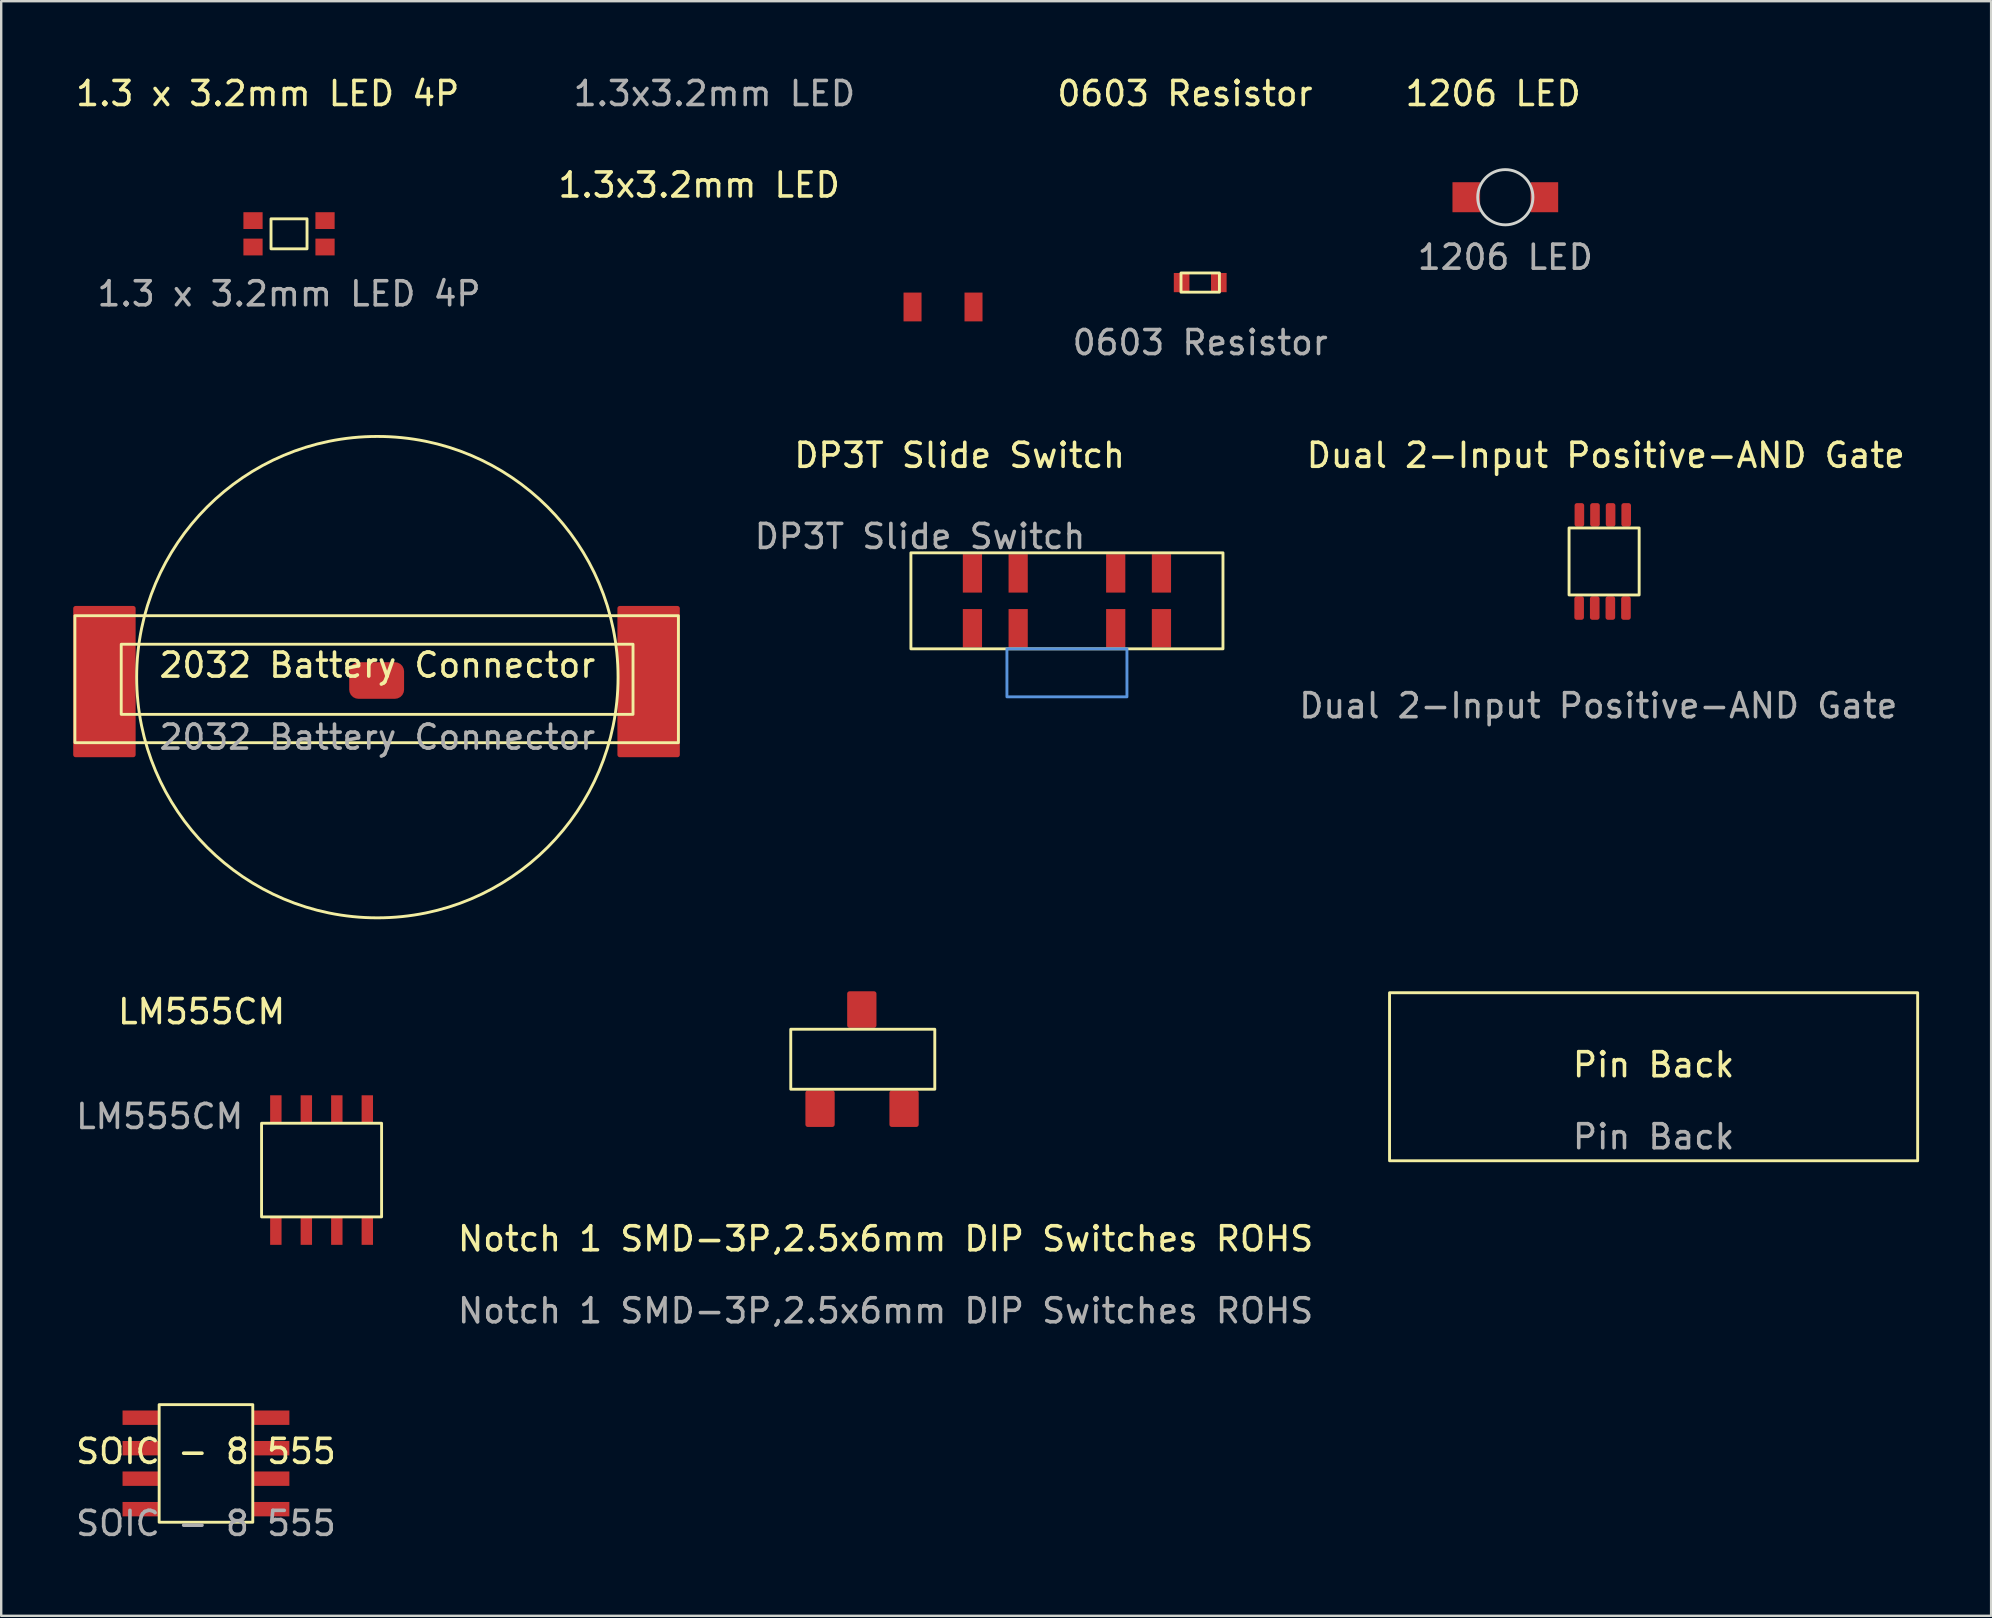
<source format=kicad_pcb>
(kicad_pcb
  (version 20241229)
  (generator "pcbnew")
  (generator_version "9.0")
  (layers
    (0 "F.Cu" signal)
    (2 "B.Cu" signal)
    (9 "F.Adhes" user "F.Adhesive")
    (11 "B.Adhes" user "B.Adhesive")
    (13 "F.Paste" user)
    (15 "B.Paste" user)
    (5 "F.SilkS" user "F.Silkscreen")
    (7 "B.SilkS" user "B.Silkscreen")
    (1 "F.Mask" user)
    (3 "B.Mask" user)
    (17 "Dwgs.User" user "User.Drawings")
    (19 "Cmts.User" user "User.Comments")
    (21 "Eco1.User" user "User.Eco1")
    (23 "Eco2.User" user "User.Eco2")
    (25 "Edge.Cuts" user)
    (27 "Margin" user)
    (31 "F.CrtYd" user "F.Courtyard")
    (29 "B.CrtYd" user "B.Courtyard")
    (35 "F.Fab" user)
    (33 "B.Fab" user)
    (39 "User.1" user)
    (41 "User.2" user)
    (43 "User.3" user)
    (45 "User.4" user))
  (footprint "0603 Resistor"
    (layer "F.Cu")
    (at 46.948 8.722)
    (property "Reference" "0603 Resistor" (at -0.635 -7.874 0) (unlocked yes) (layer "F.SilkS") (effects (font (size 1 1) (thickness 0.15))))
    (attr smd)
    (fp_rect (start -0.8 -0.4) (end 0.8 0.4) (stroke (width 0.12) (type solid)) (fill no) (layer "F.SilkS"))
    (fp_text user "${REFERENCE}" (at 0 2.5 0) (unlocked yes) (layer "F.Fab") (effects (font (size 1 1) (thickness 0.15))))
    (pad "1" smd rect (at -0.775 0) (size 0.65 0.8) (layers "F.Cu" "F.Mask" "F.Paste"))
    (pad "2" smd rect (at 0.775 0) (size 0.65 0.8) (layers "F.Cu" "F.Mask" "F.Paste")))
  (footprint "DP3T Slide Switch"
    (layer "F.Cu")
    (at 41.396 21.979)
    (property "Reference" "DP3T Slide Switch" (at -4.47 -6.06 0) (unlocked yes) (layer "F.SilkS") (effects (font (size 1 1) (thickness 0.15))))
    (attr smd)
    (fp_rect (start -6.5 -2) (end 6.5 2) (stroke (width 0.12) (type solid)) (fill no) (layer "F.SilkS"))
    (fp_rect (start -2.5 2) (end 2.5 4) (stroke (width 0.12) (type solid)) (fill no) (layer "Cmts.User"))
    (fp_text user "${REFERENCE}" (at -6.12 -2.68 0) (unlocked yes) (layer "F.Fab") (effects (font (size 1 1) (thickness 0.15))))
    (pad "1" smd rect (at -3.937 1.143) (size 0.8 1.6) (layers "F.Cu" "F.Mask" "F.Paste"))
    (pad "2" smd rect (at -2.032 1.143) (size 0.8 1.6) (layers "F.Cu" "F.Mask" "F.Paste"))
    (pad "3" smd rect (at 2.032 1.143) (size 0.8 1.6) (layers "F.Cu" "F.Mask" "F.Paste"))
    (pad "4" smd rect (at 3.937 1.143) (size 0.8 1.6) (layers "F.Cu" "F.Mask" "F.Paste"))
    (pad "5" smd rect (at 3.937 -1.143) (size 0.8 1.6) (layers "F.Cu" "F.Mask" "F.Paste"))
    (pad "6" smd rect (at 2.032 -1.143) (size 0.8 1.6) (layers "F.Cu" "F.Mask" "F.Paste"))
    (pad "7" smd rect (at -2.032 -1.143) (size 0.8 1.6) (layers "F.Cu" "F.Mask" "F.Paste"))
    (pad "8" smd rect (at -3.937 -1.143) (size 0.8 1.6) (layers "F.Cu" "F.Mask" "F.Paste")))
  (footprint "1.3 x 3.2mm LED 4P"
    (layer "F.Cu")
    (at 8.99 6.69)
    (property "Reference" "1.3 x 3.2mm LED 4P" (at -0.889 -5.842 0) (unlocked yes) (layer "F.SilkS") (effects (font (size 1 1) (thickness 0.15))))
    (attr smd)
    (fp_rect (start -0.75 -0.625) (end 0.75 0.625) (stroke (width 0.12) (type solid)) (fill no) (layer "F.SilkS"))
    (fp_text user "${REFERENCE}" (at 0 2.5 0) (unlocked yes) (layer "F.Fab") (effects (font (size 1 1) (thickness 0.15))))
    (pad "1" smd rect (at -1.5 0.55) (size 0.8 0.7) (layers "F.Cu" "F.Mask" "F.Paste"))
    (pad "2" smd rect (at 1.5 0.55) (size 0.8 0.7) (layers "F.Cu" "F.Mask" "F.Paste"))
    (pad "3" smd rect (at -1.5 -0.55) (size 0.8 0.7) (layers "F.Cu" "F.Mask" "F.Paste"))
    (pad "4" smd rect (at 1.5 -0.55) (size 0.8 0.7) (layers "F.Cu" "F.Mask" "F.Paste")))
  (footprint "1206 LED"
    (layer "F.Cu")
    (at 59.658 5.166)
    (property "Reference" "1206 LED" (at -0.508 -4.318 0) (unlocked yes) (layer "F.SilkS") (effects (font (size 1 1) (thickness 0.15))))
    (attr smd)
    (fp_circle (center 0 0) (end 1.15 0) (stroke (width 0.12) (type solid)) (fill no) (layer "Edge.Cuts"))
    (fp_text user "${REFERENCE}" (at 0 2.5 0) (unlocked yes) (layer "F.Fab") (effects (font (size 1 1) (thickness 0.15))))
    (pad "1" smd rect (at -1.626 0) (size 1.151 1.25) (layers "F.Cu" "F.Mask" "F.Paste"))
    (pad "2" smd rect (at 1.626 0) (size 1.151 1.25) (layers "F.Cu" "F.Mask" "F.Paste")))
  (footprint "2032 Battery Connector"
    (layer "F.Cu")
    (at 12.67 25.158)
    (property "Reference" "2032 Battery Connector" (at 0 -0.5 0) (unlocked yes) (layer "F.SilkS") (effects (font (size 1 1) (thickness 0.15))))
    (attr smd)
    (fp_rect (start -12.57 -2.865) (end -10.17 3.235) (stroke (width 0.2) (type solid)) (fill yes) (layer "F.Cu"))
    (fp_rect (start 10.1 -2.865) (end 12.5 3.235) (stroke (width 0.2) (type solid)) (fill yes) (layer "F.Cu"))
    (fp_rect (start -12.6 -2.56) (end 12.54 2.73) (stroke (width 0.12) (type solid)) (fill no) (layer "F.SilkS"))
    (fp_rect (start -10.67 -1.37) (end 10.65 1.55) (stroke (width 0.12) (type solid)) (fill no) (layer "F.SilkS"))
    (fp_circle (center 0 0) (end 9.7 2.54) (stroke (width 0.12) (type solid)) (fill no) (layer "F.SilkS"))
    (fp_text user "${REFERENCE}" (at 0 2.5 0) (unlocked yes) (layer "F.Fab") (effects (font (size 1 1) (thickness 0.15))))
    (pad "1" smd roundrect (at -0.03 0.14) (size 2.286 1.524) (layers "F.Cu" "F.Mask" "F.Paste") (roundrect_rratio 0.25)))
  (footprint "Notch 1 SMD-3P,2.5x6mm DIP Switches ROHS"
    (layer "F.Cu")
    (at 32.871 41.035)
    (property "Reference" "Notch 1 SMD-3P,2.5x6mm DIP Switches ROHS" (at 0.97 7.52 0) (unlocked yes) (layer "F.SilkS") (effects (font (size 1 1) (thickness 0.15))))
    (attr smd)
    (fp_rect (start -2.27 1.44) (end -1.25 2.76) (stroke (width 0.2) (type solid)) (fill yes) (layer "F.Cu"))
    (fp_rect (start -0.53 -2.69) (end 0.49 -1.37) (stroke (width 0.2) (type solid)) (fill yes) (layer "F.Cu"))
    (fp_rect (start 1.23 1.44) (end 2.25 2.76) (stroke (width 0.2) (type solid)) (fill yes) (layer "F.Cu"))
    (fp_rect (start -2.98 -1.21) (end 3.02 1.29) (stroke (width 0.12) (type solid)) (fill no) (layer "F.SilkS"))
    (fp_text user "${REFERENCE}" (at 0.97 10.52 0) (unlocked yes) (layer "F.Fab") (effects (font (size 1 1) (thickness 0.15)))))
  (footprint "1.3x3.2mm LED"
    (layer "F.Cu")
    (at 36.234 9.738)
    (property "Reference" "1.3x3.2mm LED" (at -10.16 -5.08 0) (unlocked yes) (layer "F.SilkS") (effects (font (size 1 1) (thickness 0.15))))
    (attr smd)
    (fp_text user "${REFERENCE}" (at -9.525 -8.89 0) (unlocked yes) (layer "F.Fab") (effects (font (size 1 1) (thickness 0.15))))
    (pad "1" smd rect (at -1.27 0) (size 0.75 1.2) (layers "F.Cu" "F.Mask" "F.Paste"))
    (pad "2" smd rect (at 1.27 0) (size 0.75 1.2) (layers "F.Cu" "F.Mask" "F.Paste")))
  (footprint "Pin Back"
    (layer "F.Cu")
    (at 65.835 41.805)
    (property "Reference" "Pin Back" (at 0 -0.5 0) (unlocked yes) (layer "F.SilkS") (effects (font (size 1 1) (thickness 0.15))))
    (attr smd)
    (fp_rect (start -11 -3.5) (end 11 3.5) (stroke (width 0.12) (type solid)) (fill no) (layer "F.SilkS"))
    (fp_text user "${REFERENCE}" (at 0 2.5 0) (unlocked yes) (layer "F.Fab") (effects (font (size 1 1) (thickness 0.15)))))
  (footprint "SOIC - 8 555"
    (layer "F.Cu")
    (at 5.53 57.913)
    (property "Reference" "SOIC - 8 555" (at 0 -0.5 0) (unlocked yes) (layer "F.SilkS") (effects (font (size 1 1) (thickness 0.15))))
    (attr smd)
    (fp_rect (start -1.95 -2.45) (end 1.95 2.45) (stroke (width 0.12) (type solid)) (fill no) (layer "F.SilkS"))
    (fp_text user "${REFERENCE}" (at 0 2.5 0) (unlocked yes) (layer "F.Fab") (effects (font (size 1 1) (thickness 0.15))))
    (pad "1" smd rect (at -2.7 -1.905) (size 1.55 0.6) (layers "F.Cu" "F.Mask" "F.Paste"))
    (pad "2" smd rect (at -2.7 -0.635) (size 1.55 0.6) (layers "F.Cu" "F.Mask" "F.Paste"))
    (pad "3" smd rect (at -2.7 0.635) (size 1.55 0.6) (layers "F.Cu" "F.Mask" "F.Paste"))
    (pad "4" smd rect (at -2.7 1.905) (size 1.55 0.6) (layers "F.Cu" "F.Mask" "F.Paste"))
    (pad "5" smd rect (at 2.7 1.905) (size 1.55 0.6) (layers "F.Cu" "F.Mask" "F.Paste"))
    (pad "6" smd rect (at 2.7 0.635) (size 1.55 0.6) (layers "F.Cu" "F.Mask" "F.Paste"))
    (pad "7" smd rect (at 2.7 -0.635) (size 1.55 0.6) (layers "F.Cu" "F.Mask" "F.Paste"))
    (pad "8" smd rect (at 2.7 -1.905) (size 1.55 0.6) (layers "F.Cu" "F.Mask" "F.Paste")))
  (footprint "LM555CM"
    (layer "F.Cu")
    (at 10.346 45.692)
    (property "Reference" "LM555CM" (at -4.998 -6.599 0) (unlocked yes) (layer "F.SilkS") (effects (font (size 1 1) (thickness 0.15))))
    (attr smd)
    (fp_rect (start -2.5 -1.95) (end 2.5 1.95) (stroke (width 0.12) (type solid)) (fill no) (layer "F.SilkS"))
    (fp_text user "${REFERENCE}" (at -6.745 -2.232 0) (unlocked yes) (layer "F.Fab") (effects (font (size 1 1) (thickness 0.15))))
    (pad "1" smd rect (at -1.905 2.54) (size 0.475 1.15) (layers "F.Cu" "F.Mask" "F.Paste"))
    (pad "2" smd rect (at -0.635 2.54) (size 0.475 1.15) (layers "F.Cu" "F.Mask" "F.Paste"))
    (pad "3" smd rect (at 0.635 2.54) (size 0.475 1.15) (layers "F.Cu" "F.Mask" "F.Paste"))
    (pad "4" smd rect (at 1.905 2.54) (size 0.475 1.15) (layers "F.Cu" "F.Mask" "F.Paste"))
    (pad "5" smd rect (at 1.905 -2.54) (size 0.475 1.15) (layers "F.Cu" "F.Mask" "F.Paste"))
    (pad "6" smd rect (at 0.635 -2.54) (size 0.475 1.15) (layers "F.Cu" "F.Mask" "F.Paste"))
    (pad "7" smd rect (at -0.635 -2.54) (size 0.475 1.15) (layers "F.Cu" "F.Mask" "F.Paste"))
    (pad "8" smd rect (at -1.905 -2.54) (size 0.475 1.15) (layers "F.Cu" "F.Mask" "F.Paste")))
  (footprint "Dual 2-Input Positive-AND Gate"
    (layer "F.Cu")
    (at 63.723 20.389)
    (property "Reference" "Dual 2-Input Positive-AND Gate" (at 0.12 -4.47 0) (unlocked yes) (layer "F.SilkS") (effects (font (size 1 1) (thickness 0.15))))
    (attr smd)
    (fp_rect (start -1.09 1.5) (end -0.89 2.28) (stroke (width 0.2) (type solid)) (fill yes) (layer "F.Cu"))
    (fp_rect (start -1.08 -2.38) (end -0.88 -1.6) (stroke (width 0.2) (type solid)) (fill yes) (layer "F.Cu"))
    (fp_rect (start -0.44 1.5) (end -0.24 2.28) (stroke (width 0.2) (type solid)) (fill yes) (layer "F.Cu"))
    (fp_rect (start -0.43 -2.38) (end -0.23 -1.6) (stroke (width 0.2) (type solid)) (fill yes) (layer "F.Cu"))
    (fp_rect (start 0.21 1.5) (end 0.41 2.28) (stroke (width 0.2) (type solid)) (fill yes) (layer "F.Cu"))
    (fp_rect (start 0.22 -2.38) (end 0.42 -1.6) (stroke (width 0.2) (type solid)) (fill yes) (layer "F.Cu"))
    (fp_rect (start 0.86 1.5) (end 1.06 2.28) (stroke (width 0.2) (type solid)) (fill yes) (layer "F.Cu"))
    (fp_rect (start 0.87 -2.38) (end 1.07 -1.6) (stroke (width 0.2) (type solid)) (fill yes) (layer "F.Cu"))
    (fp_rect (start -1.41 -1.445) (end 1.51 1.345) (stroke (width 0.12) (type solid)) (fill no) (layer "F.SilkS"))
    (fp_text user "${REFERENCE}" (at -0.19 5.96 0) (unlocked yes) (layer "F.Fab") (effects (font (size 1 1) (thickness 0.15)))))
  (gr_rect
    (start -3 -3)
    (end 79.895 64.261)
    (stroke (width 0.1) (type default))
    (fill no)
    (layer "Edge.Cuts")))
</source>
